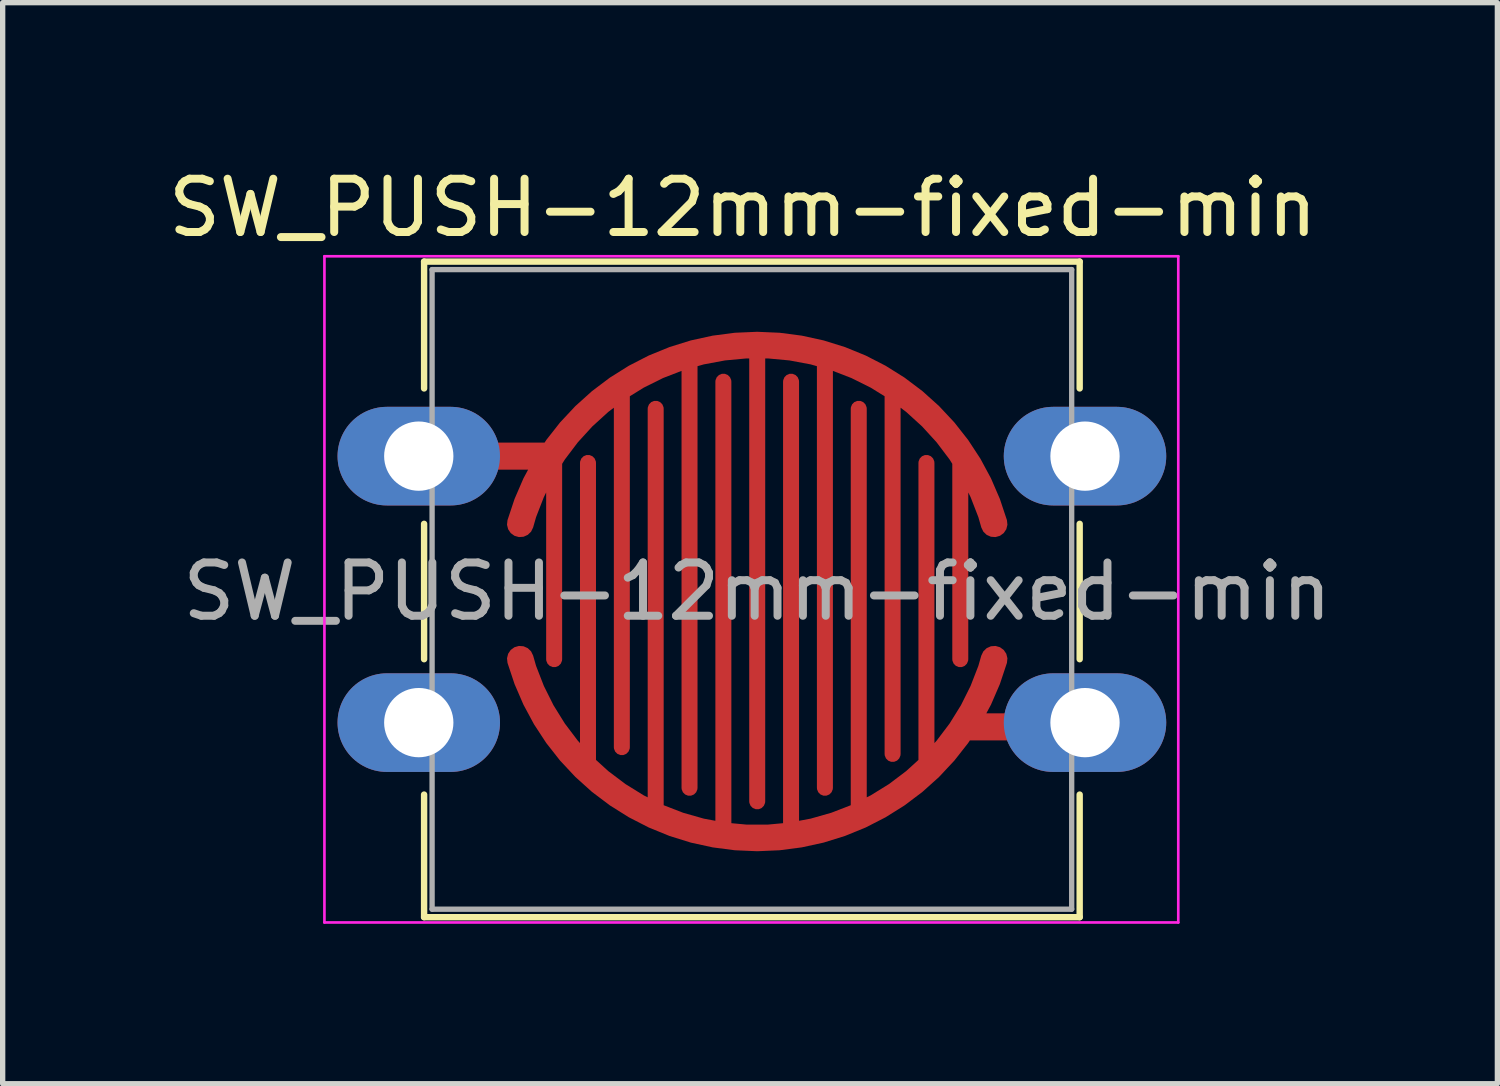
<source format=kicad_pcb>
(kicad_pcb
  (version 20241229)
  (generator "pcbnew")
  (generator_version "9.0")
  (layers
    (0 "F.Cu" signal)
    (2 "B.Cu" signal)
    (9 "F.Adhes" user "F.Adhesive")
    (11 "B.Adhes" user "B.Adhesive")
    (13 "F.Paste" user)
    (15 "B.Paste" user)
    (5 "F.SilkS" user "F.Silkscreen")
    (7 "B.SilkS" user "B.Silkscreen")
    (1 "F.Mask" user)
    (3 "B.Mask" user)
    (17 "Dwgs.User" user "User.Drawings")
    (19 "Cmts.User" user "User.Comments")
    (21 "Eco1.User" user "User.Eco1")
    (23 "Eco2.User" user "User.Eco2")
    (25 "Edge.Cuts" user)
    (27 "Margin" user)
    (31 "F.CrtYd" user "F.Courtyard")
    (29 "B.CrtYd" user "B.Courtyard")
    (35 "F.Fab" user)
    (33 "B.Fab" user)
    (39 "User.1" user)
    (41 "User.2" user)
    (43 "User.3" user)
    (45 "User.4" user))
  (footprint "SW_PUSH-12mm-fixed-min"
    (layer "F.Cu")
    (at 4.807 5.508)
    (property "Reference" "SW_PUSH-12mm-fixed-min" (at 6.08 -4.66 0) (layer "F.SilkS") (effects (font (size 1 1) (thickness 0.15))))
    (attr through_hole)
    (fp_line (start 0.1 -3.65) (end 12.4 -3.65) (stroke (width 0.12) (type solid)) (layer "F.SilkS"))
    (fp_line (start 0.1 -1.27) (end 0.1 -3.65) (stroke (width 0.12) (type solid)) (layer "F.SilkS"))
    (fp_line (start 0.1 3.81) (end 0.1 1.27) (stroke (width 0.12) (type solid)) (layer "F.SilkS"))
    (fp_line (start 0.1 8.65) (end 0.1 6.35) (stroke (width 0.12) (type solid)) (layer "F.SilkS"))
    (fp_line (start 12.4 -3.65) (end 12.4 -1.27) (stroke (width 0.12) (type solid)) (layer "F.SilkS"))
    (fp_line (start 12.4 1.27) (end 12.4 3.81) (stroke (width 0.12) (type solid)) (layer "F.SilkS"))
    (fp_line (start 12.4 6.35) (end 12.4 8.65) (stroke (width 0.12) (type solid)) (layer "F.SilkS"))
    (fp_line (start 12.4 8.65) (end 0.1 8.65) (stroke (width 0.12) (type solid)) (layer "F.SilkS"))
    (fp_line (start -1.77 -3.75) (end -1.77 8.75) (stroke (width 0.05) (type solid)) (layer "F.CrtYd"))
    (fp_line (start -1.77 -3.75) (end 14.25 -3.75) (stroke (width 0.05) (type solid)) (layer "F.CrtYd"))
    (fp_line (start 14.25 8.75) (end -1.77 8.75) (stroke (width 0.05) (type solid)) (layer "F.CrtYd"))
    (fp_line (start 14.25 8.75) (end 14.25 -3.75) (stroke (width 0.05) (type solid)) (layer "F.CrtYd"))
    (fp_line (start 0.25 -3.5) (end 0.25 8.5) (stroke (width 0.1) (type solid)) (layer "F.Fab"))
    (fp_line (start 0.25 -3.5) (end 12.25 -3.5) (stroke (width 0.1) (type solid)) (layer "F.Fab"))
    (fp_line (start 0.25 8.5) (end 12.25 8.5) (stroke (width 0.1) (type solid)) (layer "F.Fab"))
    (fp_line (start 12.25 -3.5) (end 12.25 8.5) (stroke (width 0.1) (type solid)) (layer "F.Fab"))
    (fp_text user "${REFERENCE}" (at 6.35 2.54 0) (layer "F.Fab") (effects (font (size 1 1) (thickness 0.15))))
    (pad "" thru_hole oval (at 0 5) (size 3.048 1.85) (drill 1.3) (layers "*.Cu" "*.Mask"))
    (pad "" thru_hole oval (at 12.5 0) (size 3.048 1.85) (drill 1.3) (layers "*.Cu" "*.Mask"))
    (pad "1" thru_hole oval (at 0 0) (size 3.048 1.85) (drill 1.3) (layers "*.Cu" "*.Mask"))
    (pad "1" smd custom (at 1.778 0) (size 1.524 0.508) (layers "F.Cu" "F.Mask") (options (anchor rect)) (primitives (gr_line (start 0.762 0) (end 0.762 3.81) (width 0.3)) (gr_arc (start 0.127001 1.27) (mid 4.572 -2.08287) (end 9.016999 1.27) (width 0.5)) (gr_line (start 2.032 -1.27) (end 2.032 5.461) (width 0.3)) (gr_line (start 3.302 -1.905) (end 3.302 6.223) (width 0.3)) (gr_line (start 4.572 -1.905) (end 4.572 6.477) (width 0.3)) (gr_line (start 5.842 -1.905) (end 5.842 6.223) (width 0.3)) (gr_line (start 7.112 -1.27) (end 7.112 5.588) (width 0.3)) (gr_line (start 8.382 0) (end 8.382 3.81) (width 0.3))))
    (pad "2" smd custom (at 10.922 5.08 180) (size 1.524 0.508) (layers "F.Cu" "F.Mask") (options (anchor rect)) (primitives (gr_arc (start 0.000001 1.27) (mid 4.572 -2.205111) (end 9.143999 1.27) (width 0.1)) (gr_line (start 7.747 -0.762) (end 7.747 4.953) (width 0.3)) (gr_line (start 2.667 -1.651) (end 2.667 5.969) (width 0.3)) (gr_line (start 1.397 -0.762) (end 1.397 4.953) (width 0.3)) (gr_arc (start 0.127001 1.27) (mid 4.572 -2.08287) (end 9.016999 1.27) (width 0.5)) (gr_line (start 6.477 -1.524) (end 6.477 5.969) (width 0.3)) (gr_line (start 5.207 -1.905) (end 5.207 6.477) (width 0.3)) (gr_line (start 3.937 -1.905) (end 3.937 6.477) (width 0.3))))
    (pad "2" thru_hole oval (at 12.5 5) (size 3.048 1.85) (drill 1.3) (layers "*.Cu" "*.Mask")))
  (gr_rect
    (start -3 -3)
    (end 25.044 17.283)
    (stroke (width 0.1) (type default))
    (fill no)
    (layer "Edge.Cuts")))
</source>
